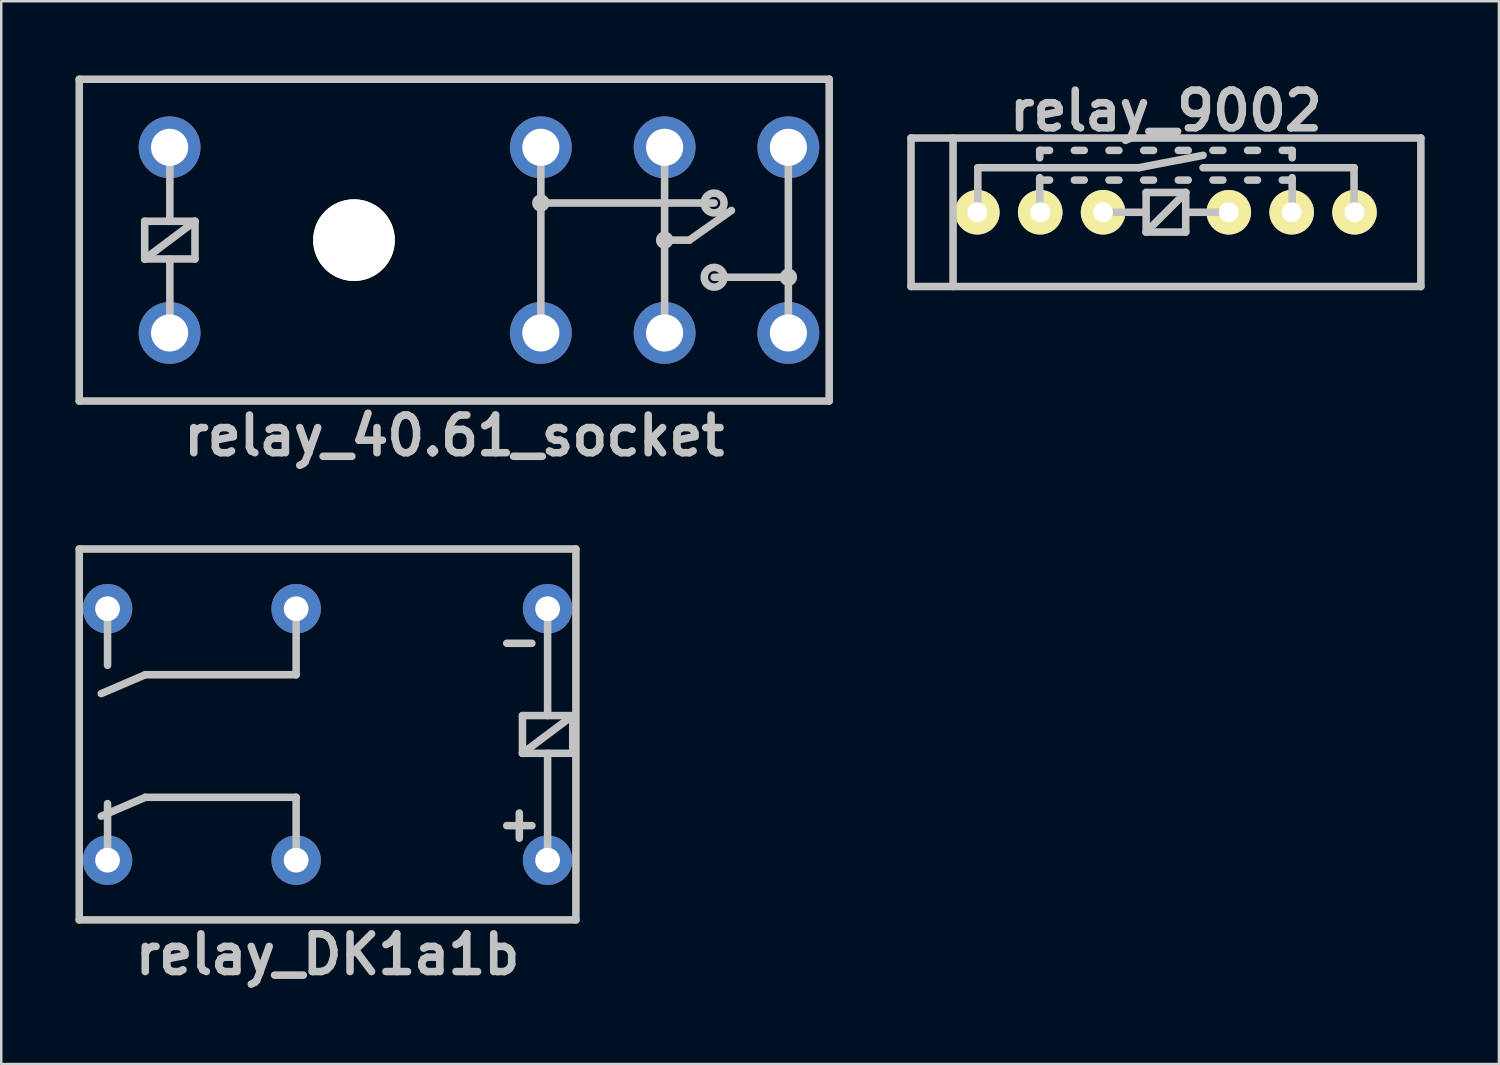
<source format=kicad_pcb>
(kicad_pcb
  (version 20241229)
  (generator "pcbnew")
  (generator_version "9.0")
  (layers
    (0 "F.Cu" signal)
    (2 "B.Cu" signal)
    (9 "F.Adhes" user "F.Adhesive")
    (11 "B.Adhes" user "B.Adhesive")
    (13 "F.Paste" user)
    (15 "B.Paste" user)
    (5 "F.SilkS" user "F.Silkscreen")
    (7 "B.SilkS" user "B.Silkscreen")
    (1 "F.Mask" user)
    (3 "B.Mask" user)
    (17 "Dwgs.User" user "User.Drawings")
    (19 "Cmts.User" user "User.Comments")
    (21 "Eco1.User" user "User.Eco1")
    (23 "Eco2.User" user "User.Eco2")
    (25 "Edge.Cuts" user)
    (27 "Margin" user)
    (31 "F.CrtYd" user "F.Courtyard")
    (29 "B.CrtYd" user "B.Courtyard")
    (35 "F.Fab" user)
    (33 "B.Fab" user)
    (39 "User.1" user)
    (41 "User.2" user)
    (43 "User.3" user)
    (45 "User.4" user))
  (footprint "relay_40.61_socket"
    (layer "F.Cu")
    (at 15.302 6.652)
    (property "Reference" "relay_40.61_socket" (at 0 7.9 0) (layer "Dwgs.User") (effects (font (size 1.524 1.524) (thickness 0.305))))
    (attr through_hole)
    (fp_line (start -15.15 -6.5) (end -15.15 6.5) (stroke (width 0.305) (type solid)) (layer "Dwgs.User"))
    (fp_line (start -15.15 -6.5) (end 15.15 -6.5) (stroke (width 0.305) (type solid)) (layer "Dwgs.User"))
    (fp_line (start -15.15 6.5) (end 15.15 6.5) (stroke (width 0.305) (type solid)) (layer "Dwgs.User"))
    (fp_line (start -12.506 -0.762) (end -10.474 -0.762) (stroke (width 0.305) (type solid)) (layer "Dwgs.User"))
    (fp_line (start -12.506 0.762) (end -12.506 -0.762) (stroke (width 0.305) (type solid)) (layer "Dwgs.User"))
    (fp_line (start -12.506 0.762) (end -10.474 -0.762) (stroke (width 0.305) (type solid)) (layer "Dwgs.User"))
    (fp_line (start -11.49 -3.81) (end -11.49 -0.762) (stroke (width 0.305) (type solid)) (layer "Dwgs.User"))
    (fp_line (start -11.49 3.81) (end -11.49 0.762) (stroke (width 0.305) (type solid)) (layer "Dwgs.User"))
    (fp_line (start -10.474 -0.762) (end -10.474 0.762) (stroke (width 0.305) (type solid)) (layer "Dwgs.User"))
    (fp_line (start -10.474 0.762) (end -12.506 0.762) (stroke (width 0.305) (type solid)) (layer "Dwgs.User"))
    (fp_line (start 3.5 -3.7) (end 3.5 3.7) (stroke (width 0.305) (type solid)) (layer "Dwgs.User"))
    (fp_line (start 3.5 -1.5) (end 10.5 -1.5) (stroke (width 0.305) (type solid)) (layer "Dwgs.User"))
    (fp_line (start 8.5 -3.7) (end 8.5 -1.4) (stroke (width 0.305) (type solid)) (layer "Dwgs.User"))
    (fp_line (start 8.5 0) (end 9.5 0) (stroke (width 0.305) (type solid)) (layer "Dwgs.User"))
    (fp_line (start 8.5 3.7) (end 8.5 -1.4) (stroke (width 0.305) (type solid)) (layer "Dwgs.User"))
    (fp_line (start 9.5 0) (end 11.2 -1.2) (stroke (width 0.305) (type solid)) (layer "Dwgs.User"))
    (fp_line (start 10.5 1.5) (end 13.5 1.5) (stroke (width 0.305) (type solid)) (layer "Dwgs.User"))
    (fp_line (start 13.5 -3.7) (end 13.5 3.7) (stroke (width 0.305) (type solid)) (layer "Dwgs.User"))
    (fp_line (start 15.15 -6.5) (end 15.15 6.5) (stroke (width 0.305) (type solid)) (layer "Dwgs.User"))
    (fp_circle (center 3.5 -1.5) (end 3.3 -1.5) (stroke (width 0.305) (type solid)) (fill no) (layer "Dwgs.User"))
    (fp_circle (center 8.5 0) (end 8.7 0) (stroke (width 0.305) (type solid)) (fill no) (layer "Dwgs.User"))
    (fp_circle (center 10.5 -1.5) (end 10.1 -1.5) (stroke (width 0.305) (type solid)) (fill no) (layer "Dwgs.User"))
    (fp_circle (center 10.5 1.5) (end 10.1 1.5) (stroke (width 0.305) (type solid)) (fill no) (layer "Dwgs.User"))
    (fp_circle (center 13.5 1.5) (end 13.7 1.5) (stroke (width 0.305) (type solid)) (fill no) (layer "Dwgs.User"))
    (pad "" np_thru_hole circle (at -4.05 0) (size 3.3 3.3) (drill 3.3) (layers "*.Cu" "F.SilkS"))
    (pad "1" thru_hole circle (at -11.5 3.75) (size 2.5 2.5) (drill 1.5) (layers "*.Cu" "*.Mask"))
    (pad "2" thru_hole circle (at -11.5 -3.75) (size 2.5 2.5) (drill 1.5) (layers "*.Cu" "*.Mask"))
    (pad "11" thru_hole circle (at 8.5 3.75) (size 2.5 2.5) (drill 1.5) (layers "*.Cu" "*.Mask"))
    (pad "12" thru_hole circle (at 3.5 3.75) (size 2.5 2.5) (drill 1.5) (layers "*.Cu" "*.Mask"))
    (pad "14" thru_hole circle (at 13.5 3.75) (size 2.5 2.5) (drill 1.5) (layers "*.Cu" "*.Mask"))
    (pad "21" thru_hole circle (at 8.5 -3.75) (size 2.5 2.5) (drill 1.5) (layers "*.Cu" "*.Mask"))
    (pad "22" thru_hole circle (at 3.5 -3.75) (size 2.5 2.5) (drill 1.5) (layers "*.Cu" "*.Mask"))
    (pad "24" thru_hole circle (at 13.5 -3.75) (size 2.5 2.5) (drill 1.5) (layers "*.Cu" "*.Mask")))
  (footprint "relay_DK1a1b"
    (layer "F.Cu")
    (at 10.185 26.624)
    (property "Reference" "relay_DK1a1b" (at 0 8.89 0) (layer "Dwgs.User") (effects (font (size 1.524 1.524) (thickness 0.305))))
    (attr through_hole)
    (fp_line (start -10.033 -7.493) (end -10.033 7.493) (stroke (width 0.305) (type solid)) (layer "Dwgs.User"))
    (fp_line (start -10.033 7.493) (end 10.033 7.493) (stroke (width 0.305) (type solid)) (layer "Dwgs.User"))
    (fp_line (start -8.89 -5.08) (end -8.89 -2.794) (stroke (width 0.305) (type solid)) (layer "Dwgs.User"))
    (fp_line (start -8.89 2.794) (end -8.89 5.08) (stroke (width 0.305) (type solid)) (layer "Dwgs.User"))
    (fp_line (start -7.366 -2.413) (end -9.144 -1.651) (stroke (width 0.305) (type solid)) (layer "Dwgs.User"))
    (fp_line (start -7.366 2.54) (end -9.144 3.302) (stroke (width 0.305) (type solid)) (layer "Dwgs.User"))
    (fp_line (start -1.27 -4.953) (end -1.27 -2.413) (stroke (width 0.305) (type solid)) (layer "Dwgs.User"))
    (fp_line (start -1.27 -2.413) (end -7.366 -2.413) (stroke (width 0.305) (type solid)) (layer "Dwgs.User"))
    (fp_line (start -1.27 2.54) (end -7.366 2.54) (stroke (width 0.305) (type solid)) (layer "Dwgs.User"))
    (fp_line (start -1.27 2.54) (end -1.27 5.08) (stroke (width 0.305) (type solid)) (layer "Dwgs.User"))
    (fp_line (start 7.239 -3.683) (end 8.255 -3.683) (stroke (width 0.305) (type solid)) (layer "Dwgs.User"))
    (fp_line (start 7.239 3.683) (end 8.255 3.683) (stroke (width 0.305) (type solid)) (layer "Dwgs.User"))
    (fp_line (start 7.747 3.175) (end 7.747 4.191) (stroke (width 0.305) (type solid)) (layer "Dwgs.User"))
    (fp_line (start 7.874 -0.762) (end 9.906 -0.762) (stroke (width 0.305) (type solid)) (layer "Dwgs.User"))
    (fp_line (start 7.874 0.762) (end 7.874 -0.762) (stroke (width 0.305) (type solid)) (layer "Dwgs.User"))
    (fp_line (start 8.89 -0.762) (end 8.89 -5.08) (stroke (width 0.305) (type solid)) (layer "Dwgs.User"))
    (fp_line (start 8.89 5.08) (end 8.89 0.762) (stroke (width 0.305) (type solid)) (layer "Dwgs.User"))
    (fp_line (start 9.906 -0.762) (end 7.874 0.762) (stroke (width 0.305) (type solid)) (layer "Dwgs.User"))
    (fp_line (start 9.906 -0.762) (end 9.906 0.762) (stroke (width 0.305) (type solid)) (layer "Dwgs.User"))
    (fp_line (start 9.906 0.762) (end 7.874 0.762) (stroke (width 0.305) (type solid)) (layer "Dwgs.User"))
    (fp_line (start 10.033 -7.493) (end -10.033 -7.493) (stroke (width 0.305) (type solid)) (layer "Dwgs.User"))
    (fp_line (start 10.033 7.493) (end 10.033 -7.493) (stroke (width 0.305) (type solid)) (layer "Dwgs.User"))
    (pad "1" thru_hole circle (at 8.89 -5.08 180) (size 2 2) (drill 1) (layers "*.Cu" "*.Mask"))
    (pad "3" thru_hole circle (at -1.27 -5.08 180) (size 2 2) (drill 1) (layers "*.Cu" "*.Mask"))
    (pad "4" thru_hole circle (at -8.89 -5.08 180) (size 2 2) (drill 1) (layers "*.Cu" "*.Mask"))
    (pad "5" thru_hole circle (at -8.89 5.08 180) (size 2 2) (drill 1) (layers "*.Cu" "*.Mask"))
    (pad "6" thru_hole circle (at -1.27 5.08 180) (size 2 2) (drill 1) (layers "*.Cu" "*.Mask"))
    (pad "8" thru_hole circle (at 8.89 5.08 180) (size 2 2) (drill 1) (layers "*.Cu" "*.Mask")))
  (footprint "relay_9002"
    (layer "F.Cu")
    (at 44.057 5.526)
    (property "Reference" "relay_9002" (at 0 -4.1 0) (layer "Dwgs.User") (effects (font (size 1.524 1.524) (thickness 0.305))))
    (attr through_hole)
    (fp_line (start -10.3 -3) (end -10.3 3) (stroke (width 0.305) (type solid)) (layer "Dwgs.User"))
    (fp_line (start -10.3 -3) (end 10.3 -3) (stroke (width 0.305) (type solid)) (layer "Dwgs.User"))
    (fp_line (start -10.3 3) (end 10.3 3) (stroke (width 0.305) (type solid)) (layer "Dwgs.User"))
    (fp_line (start -8.6 -3) (end -8.6 3) (stroke (width 0.305) (type solid)) (layer "Dwgs.User"))
    (fp_line (start -7.6 -1.8) (end -7.6 0) (stroke (width 0.305) (type solid)) (layer "Dwgs.User"))
    (fp_line (start -7.6 -1.8) (end -1.1 -1.8) (stroke (width 0.305) (type solid)) (layer "Dwgs.User"))
    (fp_line (start -5.1 -2.5) (end -4.7 -2.5) (stroke (width 0.305) (type solid)) (layer "Dwgs.User"))
    (fp_line (start -5.1 -2.2) (end -5.1 -2.5) (stroke (width 0.305) (type solid)) (layer "Dwgs.User"))
    (fp_line (start -5.1 -1.3) (end -4.7 -1.3) (stroke (width 0.305) (type solid)) (layer "Dwgs.User"))
    (fp_line (start -5.1 0) (end -5.1 -1.4) (stroke (width 0.305) (type solid)) (layer "Dwgs.User"))
    (fp_line (start -3.7 -2.5) (end -3.3 -2.5) (stroke (width 0.305) (type solid)) (layer "Dwgs.User"))
    (fp_line (start -3.7 -1.3) (end -3.3 -1.3) (stroke (width 0.305) (type solid)) (layer "Dwgs.User"))
    (fp_line (start -2.5 0) (end -0.8 0) (stroke (width 0.305) (type solid)) (layer "Dwgs.User"))
    (fp_line (start -2.3 -2.5) (end -1.9 -2.5) (stroke (width 0.305) (type solid)) (layer "Dwgs.User"))
    (fp_line (start -2.3 -1.3) (end -1.9 -1.3) (stroke (width 0.305) (type solid)) (layer "Dwgs.User"))
    (fp_line (start -1.1 -1.8) (end 1.5 -2.3) (stroke (width 0.305) (type solid)) (layer "Dwgs.User"))
    (fp_line (start -0.9 -2.5) (end -0.5 -2.5) (stroke (width 0.305) (type solid)) (layer "Dwgs.User"))
    (fp_line (start -0.9 -1.3) (end -0.5 -1.3) (stroke (width 0.305) (type solid)) (layer "Dwgs.User"))
    (fp_line (start -0.8 -0.8) (end 0.8 -0.8) (stroke (width 0.305) (type solid)) (layer "Dwgs.User"))
    (fp_line (start -0.8 0.8) (end -0.8 -0.8) (stroke (width 0.305) (type solid)) (layer "Dwgs.User"))
    (fp_line (start -0.8 0.8) (end 0.8 -0.8) (stroke (width 0.305) (type solid)) (layer "Dwgs.User"))
    (fp_line (start -0.8 0.8) (end 0.8 0.8) (stroke (width 0.305) (type solid)) (layer "Dwgs.User"))
    (fp_line (start 0.5 -2.5) (end 0.9 -2.5) (stroke (width 0.305) (type solid)) (layer "Dwgs.User"))
    (fp_line (start 0.5 -1.3) (end 0.9 -1.3) (stroke (width 0.305) (type solid)) (layer "Dwgs.User"))
    (fp_line (start 0.8 -0.8) (end 0.8 0.8) (stroke (width 0.305) (type solid)) (layer "Dwgs.User"))
    (fp_line (start 0.8 0) (end 2.5 0) (stroke (width 0.305) (type solid)) (layer "Dwgs.User"))
    (fp_line (start 1.5 -1.8) (end 7.6 -1.8) (stroke (width 0.305) (type solid)) (layer "Dwgs.User"))
    (fp_line (start 1.9 -2.5) (end 2.3 -2.5) (stroke (width 0.305) (type solid)) (layer "Dwgs.User"))
    (fp_line (start 1.9 -1.3) (end 2.3 -1.3) (stroke (width 0.305) (type solid)) (layer "Dwgs.User"))
    (fp_line (start 3.3 -2.5) (end 3.7 -2.5) (stroke (width 0.305) (type solid)) (layer "Dwgs.User"))
    (fp_line (start 3.3 -1.3) (end 3.7 -1.3) (stroke (width 0.305) (type solid)) (layer "Dwgs.User"))
    (fp_line (start 4.7 -2.5) (end 5.1 -2.5) (stroke (width 0.305) (type solid)) (layer "Dwgs.User"))
    (fp_line (start 4.7 -1.3) (end 5.1 -1.3) (stroke (width 0.305) (type solid)) (layer "Dwgs.User"))
    (fp_line (start 5.1 -2.2) (end 5.1 -2.5) (stroke (width 0.305) (type solid)) (layer "Dwgs.User"))
    (fp_line (start 5.1 0) (end 5.1 -1.4) (stroke (width 0.305) (type solid)) (layer "Dwgs.User"))
    (fp_line (start 7.6 -1.8) (end 7.6 0) (stroke (width 0.305) (type solid)) (layer "Dwgs.User"))
    (fp_line (start 10.3 -3) (end 10.3 3) (stroke (width 0.305) (type solid)) (layer "Dwgs.User"))
    (pad "1" thru_hole circle (at -7.62 0) (size 1.8 1.8) (drill 0.8) (layers "*.Cu" "*.Mask" "F.SilkS"))
    (pad "2" thru_hole circle (at -5.08 0) (size 1.8 1.8) (drill 0.8) (layers "*.Cu" "*.Mask" "F.SilkS"))
    (pad "3" thru_hole circle (at -2.54 0) (size 1.8 1.8) (drill 0.8) (layers "*.Cu" "*.Mask" "F.SilkS"))
    (pad "5" thru_hole circle (at 2.54 0) (size 1.8 1.8) (drill 0.8) (layers "*.Cu" "*.Mask" "F.SilkS"))
    (pad "6" thru_hole circle (at 5.08 0) (size 1.8 1.8) (drill 0.8) (layers "*.Cu" "*.Mask" "F.SilkS"))
    (pad "7" thru_hole circle (at 7.62 0) (size 1.8 1.8) (drill 0.8) (layers "*.Cu" "*.Mask" "F.SilkS")))
  (gr_rect
    (start -3 -3)
    (end 57.51 39.941)
    (stroke (width 0.1) (type default))
    (fill no)
    (layer "Edge.Cuts")))
</source>
